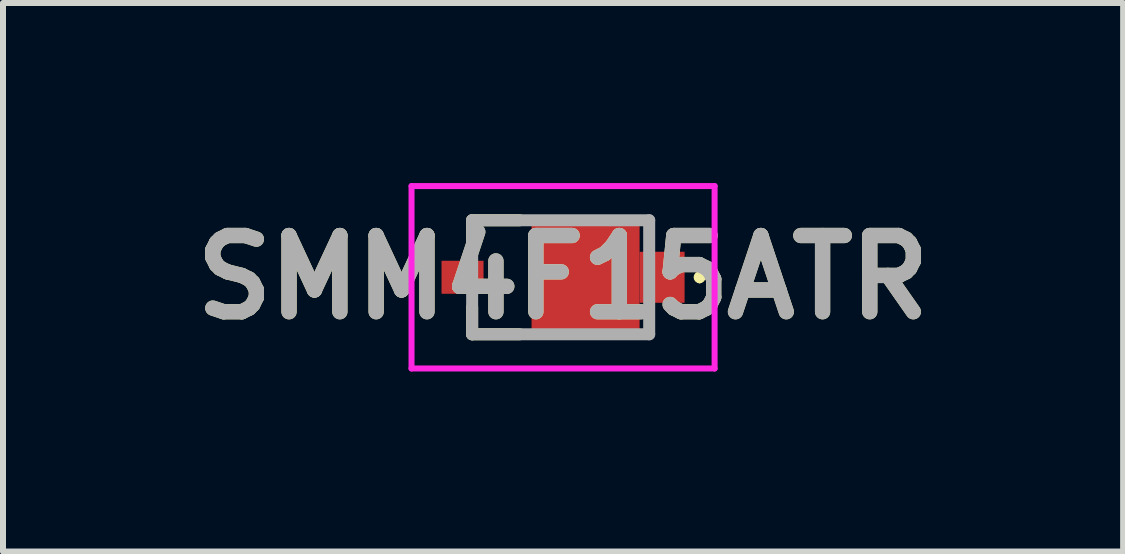
<source format=kicad_pcb>
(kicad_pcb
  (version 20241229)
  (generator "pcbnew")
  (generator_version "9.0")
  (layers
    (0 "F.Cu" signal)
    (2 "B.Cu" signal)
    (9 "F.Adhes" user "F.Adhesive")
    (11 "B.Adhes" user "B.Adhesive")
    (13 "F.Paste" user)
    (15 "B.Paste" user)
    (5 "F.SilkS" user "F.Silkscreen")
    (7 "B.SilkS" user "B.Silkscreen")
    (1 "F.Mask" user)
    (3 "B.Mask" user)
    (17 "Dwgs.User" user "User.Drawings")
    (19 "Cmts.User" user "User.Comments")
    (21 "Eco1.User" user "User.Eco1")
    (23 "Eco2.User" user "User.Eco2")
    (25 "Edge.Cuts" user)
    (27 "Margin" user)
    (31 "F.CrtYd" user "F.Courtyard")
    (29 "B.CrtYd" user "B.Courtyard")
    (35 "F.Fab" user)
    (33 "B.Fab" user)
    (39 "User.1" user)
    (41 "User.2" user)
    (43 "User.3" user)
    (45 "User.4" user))
  (footprint "SMM4F15ATR"
    (layer "F.Cu")
    (at 6.707 1.57)
    (property "Reference" "SMM4F15ATR" (at -0.375 0 0) (layer "F.SilkS") (effects (font (size 1.27 1.27) (thickness 0.254))))
    (attr smd)
    (fp_line (start -1.89 -0.95) (end -1.89 -0.5) (stroke (width 0.2) (type solid)) (layer "F.SilkS"))
    (fp_line (start -1.89 0.5) (end -1.89 0.95) (stroke (width 0.2) (type solid)) (layer "F.SilkS"))
    (fp_line (start -1.89 0.95) (end -1.1 0.95) (stroke (width 0.2) (type solid)) (layer "F.SilkS"))
    (fp_line (start -1.1 -0.95) (end -1.89 -0.95) (stroke (width 0.2) (type solid)) (layer "F.SilkS"))
    (fp_line (start 1.9 -0.05) (end 1.9 -0.05) (stroke (width 0.1) (type solid)) (layer "F.SilkS"))
    (fp_line (start 1.9 0.05) (end 1.9 0.05) (stroke (width 0.1) (type solid)) (layer "F.SilkS"))
    (fp_arc (start 1.9 -0.05) (mid 1.95 0) (end 1.9 0.05) (stroke (width 0.1) (type solid)) (layer "F.SilkS"))
    (fp_arc (start 1.9 0.05) (mid 1.85 0) (end 1.9 -0.05) (stroke (width 0.1) (type solid)) (layer "F.SilkS"))
    (fp_line (start -2.9 -1.52) (end 2.15 -1.52) (stroke (width 0.1) (type solid)) (layer "F.CrtYd"))
    (fp_line (start -2.9 1.52) (end -2.9 -1.52) (stroke (width 0.1) (type solid)) (layer "F.CrtYd"))
    (fp_line (start 2.15 -1.52) (end 2.15 1.52) (stroke (width 0.1) (type solid)) (layer "F.CrtYd"))
    (fp_line (start 2.15 1.52) (end -2.9 1.52) (stroke (width 0.1) (type solid)) (layer "F.CrtYd"))
    (fp_line (start -1.89 -0.95) (end 1.06 -0.95) (stroke (width 0.2) (type solid)) (layer "F.Fab"))
    (fp_line (start -1.89 0.95) (end -1.89 -0.95) (stroke (width 0.2) (type solid)) (layer "F.Fab"))
    (fp_line (start 1.06 -0.95) (end 1.06 0.95) (stroke (width 0.2) (type solid)) (layer "F.Fab"))
    (fp_line (start 1.06 0.95) (end -1.89 0.95) (stroke (width 0.2) (type solid)) (layer "F.Fab"))
    (fp_text user "${REFERENCE}" (at -0.375 0 0) (layer "F.Fab") (effects (font (size 1.27 1.27) (thickness 0.254))))
    (pad "1" smd rect (at 1.275 0) (size 0.75 0.85) (layers "F.Cu" "F.Mask" "F.Paste"))
    (pad "2" smd rect (at -2.05 0 90) (size 0.55 0.7) (layers "F.Cu" "F.Mask" "F.Paste"))
    (pad "3" smd rect (at 0 0) (size 1.8 2.04) (layers "F.Cu" "F.Mask" "F.Paste")))
  (gr_rect
    (start -3 -3)
    (end 15.664 6.14)
    (stroke (width 0.1) (type default))
    (fill no)
    (layer "Edge.Cuts")))
</source>
